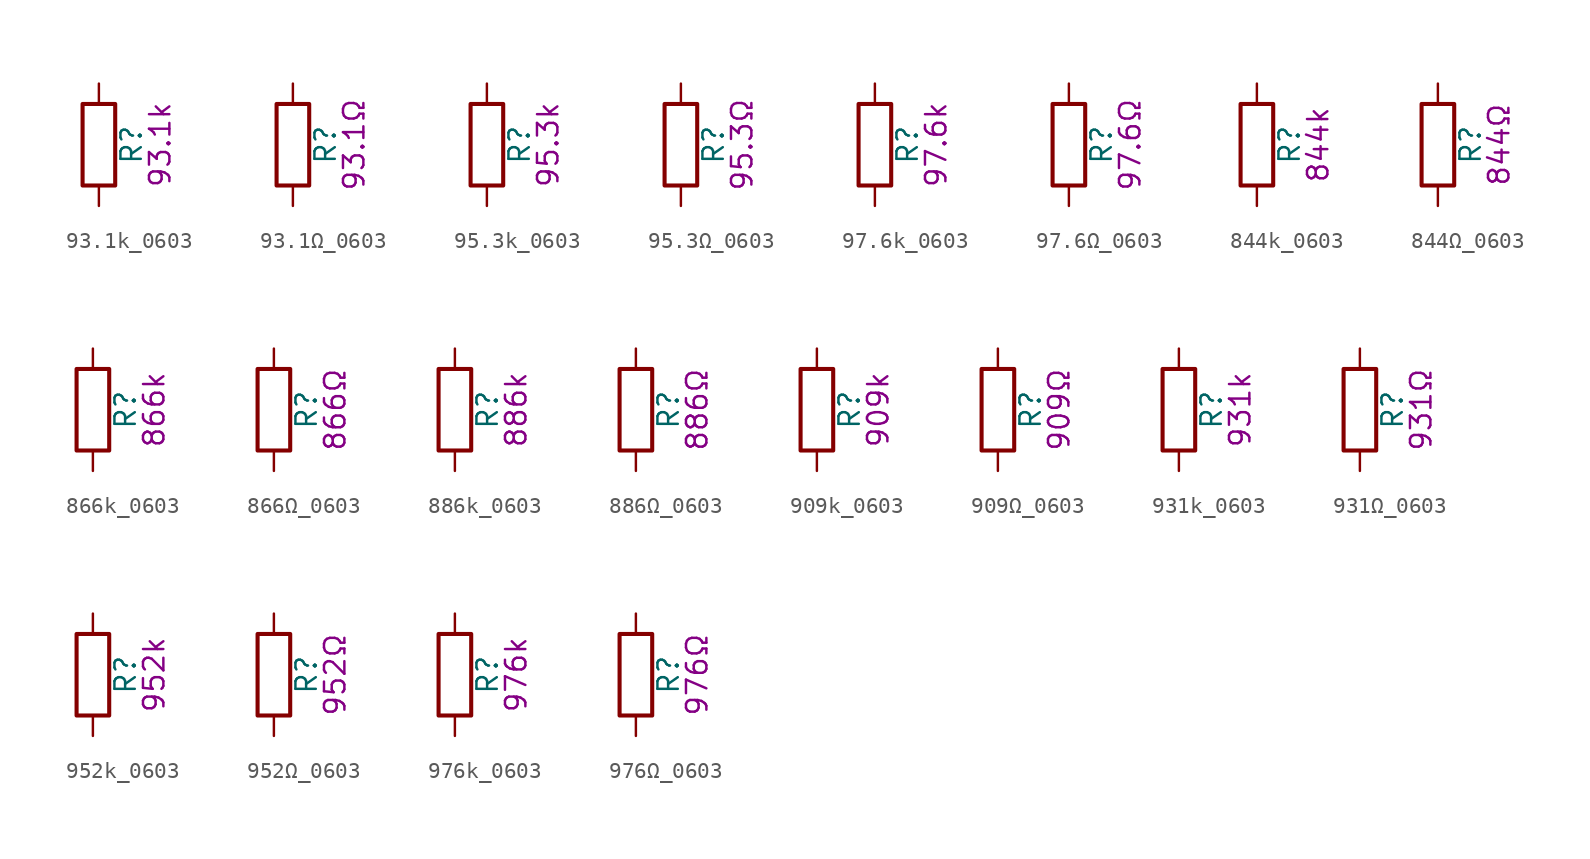
<source format=kicad_sym>
(kicad_symbol_lib
  (version 20211014)
  (generator kicad_symbol_editor)
  (symbol "93.1k_0603"
    (pin_numbers hide)
    (pin_names
      (offset 0))
    (property "Reference" "R"
      (at 2.032 0 90)
      (effects (font (size 1.27 1.27))))
    (property "Display" "93.1k"
      (at 3.81 0 90)
      (effects (font (size 1.27 1.27))))
    (symbol "93.1k_0603_0_1"
      (rectangle (start -1.016 -2.54) (end 1.016 2.54) (stroke (width 0.254) (type default) (color 0 0 0 0)) (fill (type none))))
    (symbol "93.1k_0603_1_1"
      (pin passive line (at 0 3.81 270) (length 1.27) (name "~" (effects (font (size 1.27 1.27)))) (number "1" (effects (font (size 1.27 1.27)))))
      (pin passive line (at 0 -3.81 90) (length 1.27) (name "~" (effects (font (size 1.27 1.27)))) (number "2" (effects (font (size 1.27 1.27)))))))
  (symbol "93.1Ω_0603"
    (pin_numbers hide)
    (pin_names
      (offset 0))
    (property "Reference" "R"
      (at 2.032 0 90)
      (effects (font (size 1.27 1.27))))
    (property "Display" "93.1Ω"
      (at 3.81 0 90)
      (effects (font (size 1.27 1.27))))
    (symbol "93.1Ω_0603_0_1"
      (rectangle (start -1.016 -2.54) (end 1.016 2.54) (stroke (width 0.254) (type default) (color 0 0 0 0)) (fill (type none))))
    (symbol "93.1Ω_0603_1_1"
      (pin passive line (at 0 3.81 270) (length 1.27) (name "~" (effects (font (size 1.27 1.27)))) (number "1" (effects (font (size 1.27 1.27)))))
      (pin passive line (at 0 -3.81 90) (length 1.27) (name "~" (effects (font (size 1.27 1.27)))) (number "2" (effects (font (size 1.27 1.27)))))))
  (symbol "95.3k_0603"
    (pin_numbers hide)
    (pin_names
      (offset 0))
    (property "Reference" "R"
      (at 2.032 0 90)
      (effects (font (size 1.27 1.27))))
    (property "Display" "95.3k"
      (at 3.81 0 90)
      (effects (font (size 1.27 1.27))))
    (symbol "95.3k_0603_0_1"
      (rectangle (start -1.016 -2.54) (end 1.016 2.54) (stroke (width 0.254) (type default) (color 0 0 0 0)) (fill (type none))))
    (symbol "95.3k_0603_1_1"
      (pin passive line (at 0 3.81 270) (length 1.27) (name "~" (effects (font (size 1.27 1.27)))) (number "1" (effects (font (size 1.27 1.27)))))
      (pin passive line (at 0 -3.81 90) (length 1.27) (name "~" (effects (font (size 1.27 1.27)))) (number "2" (effects (font (size 1.27 1.27)))))))
  (symbol "95.3Ω_0603"
    (pin_numbers hide)
    (pin_names
      (offset 0))
    (property "Reference" "R"
      (at 2.032 0 90)
      (effects (font (size 1.27 1.27))))
    (property "Display" "95.3Ω"
      (at 3.81 0 90)
      (effects (font (size 1.27 1.27))))
    (symbol "95.3Ω_0603_0_1"
      (rectangle (start -1.016 -2.54) (end 1.016 2.54) (stroke (width 0.254) (type default) (color 0 0 0 0)) (fill (type none))))
    (symbol "95.3Ω_0603_1_1"
      (pin passive line (at 0 3.81 270) (length 1.27) (name "~" (effects (font (size 1.27 1.27)))) (number "1" (effects (font (size 1.27 1.27)))))
      (pin passive line (at 0 -3.81 90) (length 1.27) (name "~" (effects (font (size 1.27 1.27)))) (number "2" (effects (font (size 1.27 1.27)))))))
  (symbol "97.6k_0603"
    (pin_numbers hide)
    (pin_names
      (offset 0))
    (property "Reference" "R"
      (at 2.032 0 90)
      (effects (font (size 1.27 1.27))))
    (property "Display" "97.6k"
      (at 3.81 0 90)
      (effects (font (size 1.27 1.27))))
    (symbol "97.6k_0603_0_1"
      (rectangle (start -1.016 -2.54) (end 1.016 2.54) (stroke (width 0.254) (type default) (color 0 0 0 0)) (fill (type none))))
    (symbol "97.6k_0603_1_1"
      (pin passive line (at 0 3.81 270) (length 1.27) (name "~" (effects (font (size 1.27 1.27)))) (number "1" (effects (font (size 1.27 1.27)))))
      (pin passive line (at 0 -3.81 90) (length 1.27) (name "~" (effects (font (size 1.27 1.27)))) (number "2" (effects (font (size 1.27 1.27)))))))
  (symbol "97.6Ω_0603"
    (pin_numbers hide)
    (pin_names
      (offset 0))
    (property "Reference" "R"
      (at 2.032 0 90)
      (effects (font (size 1.27 1.27))))
    (property "Display" "97.6Ω"
      (at 3.81 0 90)
      (effects (font (size 1.27 1.27))))
    (symbol "97.6Ω_0603_0_1"
      (rectangle (start -1.016 -2.54) (end 1.016 2.54) (stroke (width 0.254) (type default) (color 0 0 0 0)) (fill (type none))))
    (symbol "97.6Ω_0603_1_1"
      (pin passive line (at 0 3.81 270) (length 1.27) (name "~" (effects (font (size 1.27 1.27)))) (number "1" (effects (font (size 1.27 1.27)))))
      (pin passive line (at 0 -3.81 90) (length 1.27) (name "~" (effects (font (size 1.27 1.27)))) (number "2" (effects (font (size 1.27 1.27)))))))
  (symbol "844k_0603"
    (pin_numbers hide)
    (pin_names
      (offset 0))
    (property "Reference" "R"
      (at 2.032 0 90)
      (effects (font (size 1.27 1.27))))
    (property "Display" "844k"
      (at 3.81 0 90)
      (effects (font (size 1.27 1.27))))
    (symbol "844k_0603_0_1"
      (rectangle (start -1.016 -2.54) (end 1.016 2.54) (stroke (width 0.254) (type default) (color 0 0 0 0)) (fill (type none))))
    (symbol "844k_0603_1_1"
      (pin passive line (at 0 3.81 270) (length 1.27) (name "~" (effects (font (size 1.27 1.27)))) (number "1" (effects (font (size 1.27 1.27)))))
      (pin passive line (at 0 -3.81 90) (length 1.27) (name "~" (effects (font (size 1.27 1.27)))) (number "2" (effects (font (size 1.27 1.27)))))))
  (symbol "844Ω_0603"
    (pin_numbers hide)
    (pin_names
      (offset 0))
    (property "Reference" "R"
      (at 2.032 0 90)
      (effects (font (size 1.27 1.27))))
    (property "Display" "844Ω"
      (at 3.81 0 90)
      (effects (font (size 1.27 1.27))))
    (symbol "844Ω_0603_0_1"
      (rectangle (start -1.016 -2.54) (end 1.016 2.54) (stroke (width 0.254) (type default) (color 0 0 0 0)) (fill (type none))))
    (symbol "844Ω_0603_1_1"
      (pin passive line (at 0 3.81 270) (length 1.27) (name "~" (effects (font (size 1.27 1.27)))) (number "1" (effects (font (size 1.27 1.27)))))
      (pin passive line (at 0 -3.81 90) (length 1.27) (name "~" (effects (font (size 1.27 1.27)))) (number "2" (effects (font (size 1.27 1.27)))))))
  (symbol "866k_0603"
    (pin_numbers hide)
    (pin_names
      (offset 0))
    (property "Reference" "R"
      (at 2.032 0 90)
      (effects (font (size 1.27 1.27))))
    (property "Display" "866k"
      (at 3.81 0 90)
      (effects (font (size 1.27 1.27))))
    (symbol "866k_0603_0_1"
      (rectangle (start -1.016 -2.54) (end 1.016 2.54) (stroke (width 0.254) (type default) (color 0 0 0 0)) (fill (type none))))
    (symbol "866k_0603_1_1"
      (pin passive line (at 0 3.81 270) (length 1.27) (name "~" (effects (font (size 1.27 1.27)))) (number "1" (effects (font (size 1.27 1.27)))))
      (pin passive line (at 0 -3.81 90) (length 1.27) (name "~" (effects (font (size 1.27 1.27)))) (number "2" (effects (font (size 1.27 1.27)))))))
  (symbol "866Ω_0603"
    (pin_numbers hide)
    (pin_names
      (offset 0))
    (property "Reference" "R"
      (at 2.032 0 90)
      (effects (font (size 1.27 1.27))))
    (property "Display" "866Ω"
      (at 3.81 0 90)
      (effects (font (size 1.27 1.27))))
    (symbol "866Ω_0603_0_1"
      (rectangle (start -1.016 -2.54) (end 1.016 2.54) (stroke (width 0.254) (type default) (color 0 0 0 0)) (fill (type none))))
    (symbol "866Ω_0603_1_1"
      (pin passive line (at 0 3.81 270) (length 1.27) (name "~" (effects (font (size 1.27 1.27)))) (number "1" (effects (font (size 1.27 1.27)))))
      (pin passive line (at 0 -3.81 90) (length 1.27) (name "~" (effects (font (size 1.27 1.27)))) (number "2" (effects (font (size 1.27 1.27)))))))
  (symbol "886k_0603"
    (pin_numbers hide)
    (pin_names
      (offset 0))
    (property "Reference" "R"
      (at 2.032 0 90)
      (effects (font (size 1.27 1.27))))
    (property "Display" "886k"
      (at 3.81 0 90)
      (effects (font (size 1.27 1.27))))
    (symbol "886k_0603_0_1"
      (rectangle (start -1.016 -2.54) (end 1.016 2.54) (stroke (width 0.254) (type default) (color 0 0 0 0)) (fill (type none))))
    (symbol "886k_0603_1_1"
      (pin passive line (at 0 3.81 270) (length 1.27) (name "~" (effects (font (size 1.27 1.27)))) (number "1" (effects (font (size 1.27 1.27)))))
      (pin passive line (at 0 -3.81 90) (length 1.27) (name "~" (effects (font (size 1.27 1.27)))) (number "2" (effects (font (size 1.27 1.27)))))))
  (symbol "886Ω_0603"
    (pin_numbers hide)
    (pin_names
      (offset 0))
    (property "Reference" "R"
      (at 2.032 0 90)
      (effects (font (size 1.27 1.27))))
    (property "Display" "886Ω"
      (at 3.81 0 90)
      (effects (font (size 1.27 1.27))))
    (symbol "886Ω_0603_0_1"
      (rectangle (start -1.016 -2.54) (end 1.016 2.54) (stroke (width 0.254) (type default) (color 0 0 0 0)) (fill (type none))))
    (symbol "886Ω_0603_1_1"
      (pin passive line (at 0 3.81 270) (length 1.27) (name "~" (effects (font (size 1.27 1.27)))) (number "1" (effects (font (size 1.27 1.27)))))
      (pin passive line (at 0 -3.81 90) (length 1.27) (name "~" (effects (font (size 1.27 1.27)))) (number "2" (effects (font (size 1.27 1.27)))))))
  (symbol "909k_0603"
    (pin_numbers hide)
    (pin_names
      (offset 0))
    (property "Reference" "R"
      (at 2.032 0 90)
      (effects (font (size 1.27 1.27))))
    (property "Display" "909k"
      (at 3.81 0 90)
      (effects (font (size 1.27 1.27))))
    (symbol "909k_0603_0_1"
      (rectangle (start -1.016 -2.54) (end 1.016 2.54) (stroke (width 0.254) (type default) (color 0 0 0 0)) (fill (type none))))
    (symbol "909k_0603_1_1"
      (pin passive line (at 0 3.81 270) (length 1.27) (name "~" (effects (font (size 1.27 1.27)))) (number "1" (effects (font (size 1.27 1.27)))))
      (pin passive line (at 0 -3.81 90) (length 1.27) (name "~" (effects (font (size 1.27 1.27)))) (number "2" (effects (font (size 1.27 1.27)))))))
  (symbol "909Ω_0603"
    (pin_numbers hide)
    (pin_names
      (offset 0))
    (property "Reference" "R"
      (at 2.032 0 90)
      (effects (font (size 1.27 1.27))))
    (property "Display" "909Ω"
      (at 3.81 0 90)
      (effects (font (size 1.27 1.27))))
    (symbol "909Ω_0603_0_1"
      (rectangle (start -1.016 -2.54) (end 1.016 2.54) (stroke (width 0.254) (type default) (color 0 0 0 0)) (fill (type none))))
    (symbol "909Ω_0603_1_1"
      (pin passive line (at 0 3.81 270) (length 1.27) (name "~" (effects (font (size 1.27 1.27)))) (number "1" (effects (font (size 1.27 1.27)))))
      (pin passive line (at 0 -3.81 90) (length 1.27) (name "~" (effects (font (size 1.27 1.27)))) (number "2" (effects (font (size 1.27 1.27)))))))
  (symbol "931k_0603"
    (pin_numbers hide)
    (pin_names
      (offset 0))
    (property "Reference" "R"
      (at 2.032 0 90)
      (effects (font (size 1.27 1.27))))
    (property "Display" "931k"
      (at 3.81 0 90)
      (effects (font (size 1.27 1.27))))
    (symbol "931k_0603_0_1"
      (rectangle (start -1.016 -2.54) (end 1.016 2.54) (stroke (width 0.254) (type default) (color 0 0 0 0)) (fill (type none))))
    (symbol "931k_0603_1_1"
      (pin passive line (at 0 3.81 270) (length 1.27) (name "~" (effects (font (size 1.27 1.27)))) (number "1" (effects (font (size 1.27 1.27)))))
      (pin passive line (at 0 -3.81 90) (length 1.27) (name "~" (effects (font (size 1.27 1.27)))) (number "2" (effects (font (size 1.27 1.27)))))))
  (symbol "931Ω_0603"
    (pin_numbers hide)
    (pin_names
      (offset 0))
    (property "Reference" "R"
      (at 2.032 0 90)
      (effects (font (size 1.27 1.27))))
    (property "Display" "931Ω"
      (at 3.81 0 90)
      (effects (font (size 1.27 1.27))))
    (symbol "931Ω_0603_0_1"
      (rectangle (start -1.016 -2.54) (end 1.016 2.54) (stroke (width 0.254) (type default) (color 0 0 0 0)) (fill (type none))))
    (symbol "931Ω_0603_1_1"
      (pin passive line (at 0 3.81 270) (length 1.27) (name "~" (effects (font (size 1.27 1.27)))) (number "1" (effects (font (size 1.27 1.27)))))
      (pin passive line (at 0 -3.81 90) (length 1.27) (name "~" (effects (font (size 1.27 1.27)))) (number "2" (effects (font (size 1.27 1.27)))))))
  (symbol "952k_0603"
    (pin_numbers hide)
    (pin_names
      (offset 0))
    (property "Reference" "R"
      (at 2.032 0 90)
      (effects (font (size 1.27 1.27))))
    (property "Display" "952k"
      (at 3.81 0 90)
      (effects (font (size 1.27 1.27))))
    (symbol "952k_0603_0_1"
      (rectangle (start -1.016 -2.54) (end 1.016 2.54) (stroke (width 0.254) (type default) (color 0 0 0 0)) (fill (type none))))
    (symbol "952k_0603_1_1"
      (pin passive line (at 0 3.81 270) (length 1.27) (name "~" (effects (font (size 1.27 1.27)))) (number "1" (effects (font (size 1.27 1.27)))))
      (pin passive line (at 0 -3.81 90) (length 1.27) (name "~" (effects (font (size 1.27 1.27)))) (number "2" (effects (font (size 1.27 1.27)))))))
  (symbol "952Ω_0603"
    (pin_numbers hide)
    (pin_names
      (offset 0))
    (property "Reference" "R"
      (at 2.032 0 90)
      (effects (font (size 1.27 1.27))))
    (property "Display" "952Ω"
      (at 3.81 0 90)
      (effects (font (size 1.27 1.27))))
    (symbol "952Ω_0603_0_1"
      (rectangle (start -1.016 -2.54) (end 1.016 2.54) (stroke (width 0.254) (type default) (color 0 0 0 0)) (fill (type none))))
    (symbol "952Ω_0603_1_1"
      (pin passive line (at 0 3.81 270) (length 1.27) (name "~" (effects (font (size 1.27 1.27)))) (number "1" (effects (font (size 1.27 1.27)))))
      (pin passive line (at 0 -3.81 90) (length 1.27) (name "~" (effects (font (size 1.27 1.27)))) (number "2" (effects (font (size 1.27 1.27)))))))
  (symbol "976k_0603"
    (pin_numbers hide)
    (pin_names
      (offset 0))
    (property "Reference" "R"
      (at 2.032 0 90)
      (effects (font (size 1.27 1.27))))
    (property "Display" "976k"
      (at 3.81 0 90)
      (effects (font (size 1.27 1.27))))
    (symbol "976k_0603_0_1"
      (rectangle (start -1.016 -2.54) (end 1.016 2.54) (stroke (width 0.254) (type default) (color 0 0 0 0)) (fill (type none))))
    (symbol "976k_0603_1_1"
      (pin passive line (at 0 3.81 270) (length 1.27) (name "~" (effects (font (size 1.27 1.27)))) (number "1" (effects (font (size 1.27 1.27)))))
      (pin passive line (at 0 -3.81 90) (length 1.27) (name "~" (effects (font (size 1.27 1.27)))) (number "2" (effects (font (size 1.27 1.27)))))))
  (symbol "976Ω_0603"
    (pin_numbers hide)
    (pin_names
      (offset 0))
    (property "Reference" "R"
      (at 2.032 0 90)
      (effects (font (size 1.27 1.27))))
    (property "Display" "976Ω"
      (at 3.81 0 90)
      (effects (font (size 1.27 1.27))))
    (symbol "976Ω_0603_0_1"
      (rectangle (start -1.016 -2.54) (end 1.016 2.54) (stroke (width 0.254) (type default) (color 0 0 0 0)) (fill (type none))))
    (symbol "976Ω_0603_1_1"
      (pin passive line (at 0 3.81 270) (length 1.27) (name "~" (effects (font (size 1.27 1.27)))) (number "1" (effects (font (size 1.27 1.27)))))
      (pin passive line (at 0 -3.81 90) (length 1.27) (name "~" (effects (font (size 1.27 1.27)))) (number "2" (effects (font (size 1.27 1.27))))))))
</source>
